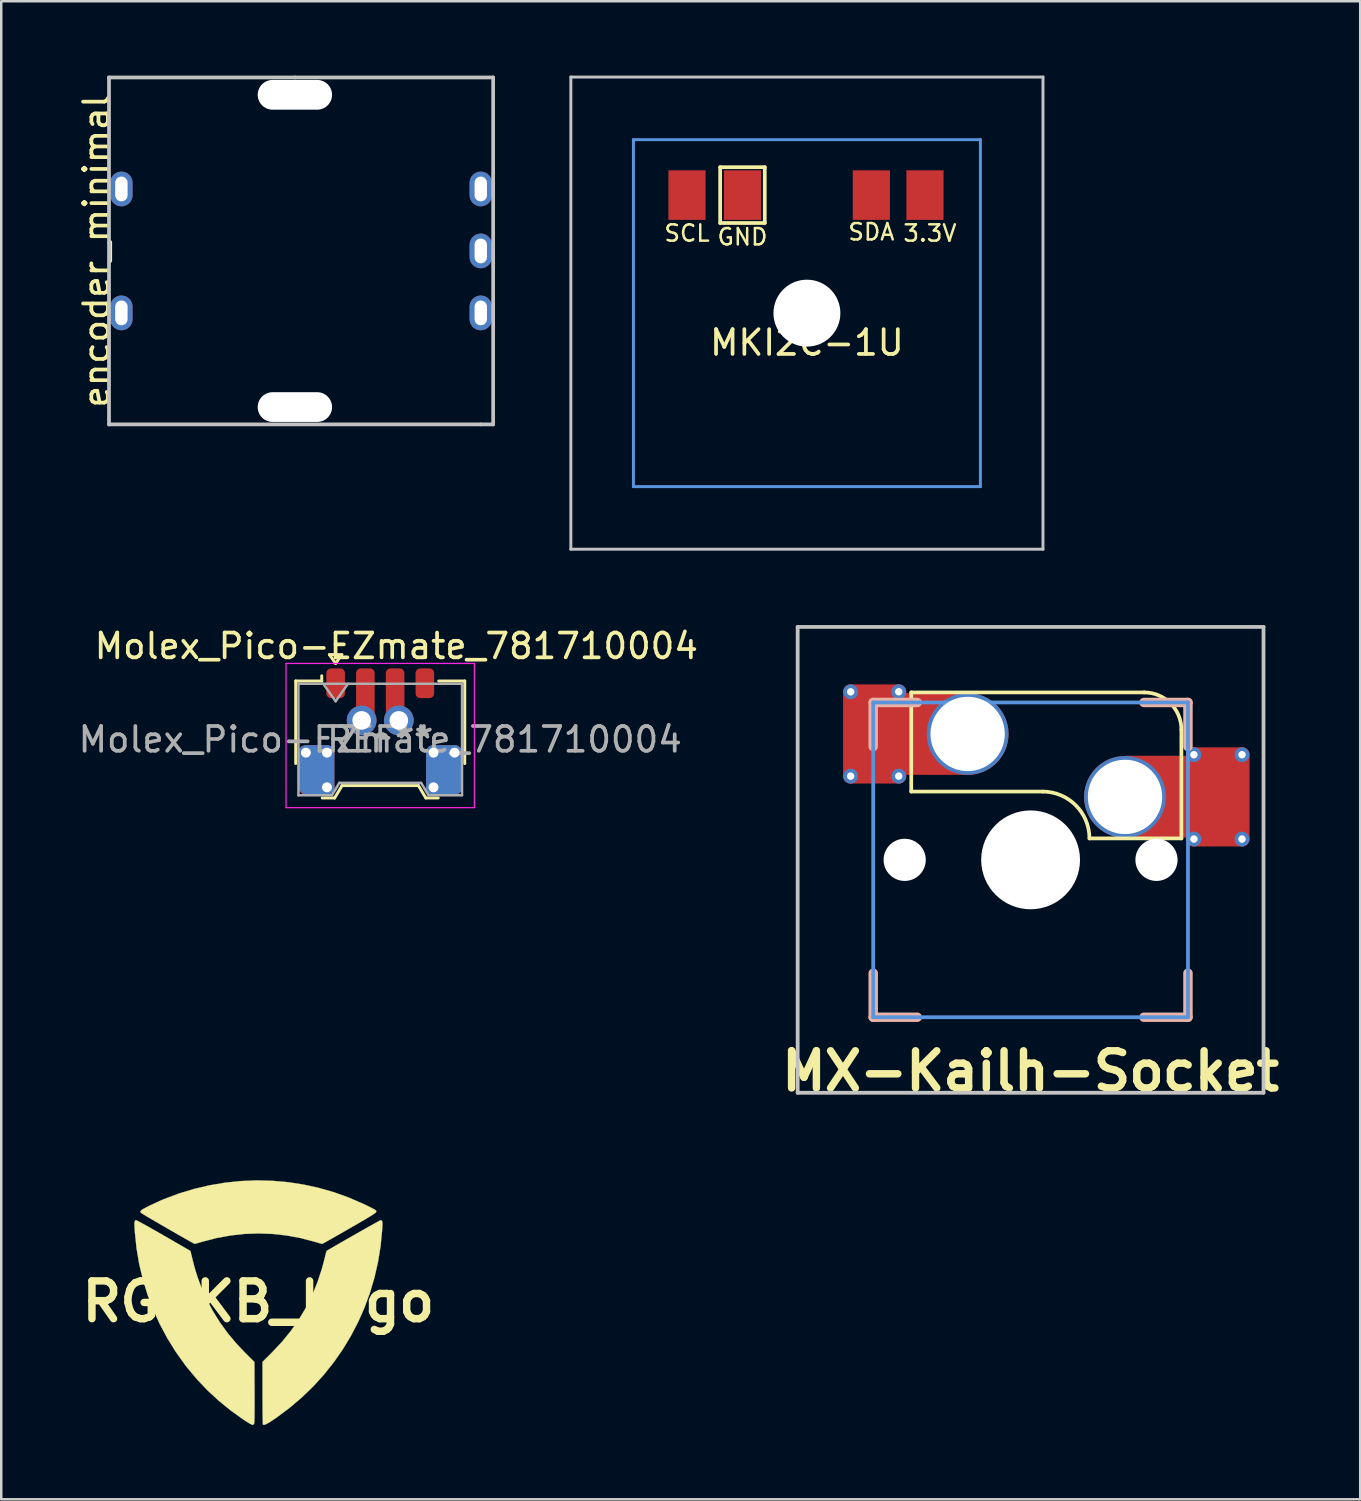
<source format=kicad_pcb>
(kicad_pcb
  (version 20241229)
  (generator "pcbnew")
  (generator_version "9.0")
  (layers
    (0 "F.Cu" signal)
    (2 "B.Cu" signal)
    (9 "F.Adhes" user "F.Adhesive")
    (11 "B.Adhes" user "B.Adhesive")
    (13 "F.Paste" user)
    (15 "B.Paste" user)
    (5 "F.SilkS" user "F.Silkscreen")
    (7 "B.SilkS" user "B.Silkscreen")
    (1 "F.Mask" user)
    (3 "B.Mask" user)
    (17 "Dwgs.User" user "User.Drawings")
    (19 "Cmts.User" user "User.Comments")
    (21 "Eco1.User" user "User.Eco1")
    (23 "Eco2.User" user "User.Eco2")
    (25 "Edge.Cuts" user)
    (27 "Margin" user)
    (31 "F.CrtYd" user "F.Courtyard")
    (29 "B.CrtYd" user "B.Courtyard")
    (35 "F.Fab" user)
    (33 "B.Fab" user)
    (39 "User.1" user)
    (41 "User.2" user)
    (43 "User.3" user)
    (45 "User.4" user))
  (footprint "MKI2C-1U"
    (layer "F.Cu")
    (at 29.508 9.585)
    (property "Reference" "MKI2C-1U" (at 0 1.191 0) (layer "F.SilkS") (effects (font (size 1 1) (thickness 0.15))))
    (fp_line (start -3.5 -5.888) (end -3.5 -3.638) (stroke (width 0.15) (type solid)) (layer "F.SilkS"))
    (fp_line (start -3.5 -5.888) (end -1.7 -5.888) (stroke (width 0.15) (type solid)) (layer "F.SilkS"))
    (fp_line (start -3.5 -3.638) (end -1.7 -3.638) (stroke (width 0.15) (type solid)) (layer "F.SilkS"))
    (fp_line (start -1.7 -5.888) (end -1.7 -3.638) (stroke (width 0.15) (type solid)) (layer "F.SilkS"))
    (fp_line (start -9.525 -9.525) (end 9.525 -9.525) (stroke (width 0.12) (type solid)) (layer "Dwgs.User"))
    (fp_line (start -9.525 9.525) (end -9.525 -9.525) (stroke (width 0.12) (type solid)) (layer "Dwgs.User"))
    (fp_line (start 9.525 -9.525) (end 9.525 9.525) (stroke (width 0.12) (type solid)) (layer "Dwgs.User"))
    (fp_line (start 9.525 9.525) (end -9.525 9.525) (stroke (width 0.12) (type solid)) (layer "Dwgs.User"))
    (fp_line (start -7 -7) (end -7 7) (stroke (width 0.12) (type solid)) (layer "Cmts.User"))
    (fp_line (start -7 -7) (end 7 -7) (stroke (width 0.12) (type solid)) (layer "Cmts.User"))
    (fp_line (start 7 -7) (end 7 7) (stroke (width 0.12) (type solid)) (layer "Cmts.User"))
    (fp_line (start 7 7) (end -7 7) (stroke (width 0.12) (type solid)) (layer "Cmts.User"))
    (fp_text user "SCL" (at -4.838 -3.225 0) (layer "F.SilkS") (effects (font (size 0.66 0.66) (thickness 0.1))))
    (fp_text user "3.3V" (at 4.963 -3.225 0) (layer "F.SilkS") (effects (font (size 0.66 0.66) (thickness 0.1))))
    (fp_text user "GND" (at -2.6 -3.075 0) (layer "F.SilkS") (effects (font (size 0.66 0.66) (thickness 0.1))))
    (fp_text user "SDA" (at 2.6 -3.275 0) (layer "F.SilkS") (effects (font (size 0.66 0.66) (thickness 0.1))))
    (pad "" np_thru_hole circle (at 0 0) (size 2.7 2.7) (drill 2.7) (layers "*.Cu" "*.Mask"))
    (pad "1" smd rect (at -2.6 -4.763) (size 1.5 2) (layers "F.Cu" "F.Mask"))
    (pad "2" smd rect (at 2.6 -4.763) (size 1.5 2) (layers "F.Cu" "F.Mask"))
    (pad "3" smd rect (at -4.838 -4.763) (size 1.5 2) (layers "F.Cu" "F.Mask"))
    (pad "4" smd rect (at 4.763 -4.763) (size 1.5 2) (layers "F.Cu" "F.Mask")))
  (footprint "MX-Kailh-Socket"
    (layer "F.Cu")
    (at 38.533 31.644)
    (property "Reference" "MX-Kailh-Socket" (at 0 8.525 0) (layer "F.SilkS") (effects (font (size 1.5 1.5) (thickness 0.3))))
    (attr smd)
    (fp_line (start -4.815 -6.755) (end 4.585 -6.755) (stroke (width 0.15) (type solid)) (layer "F.SilkS"))
    (fp_line (start -4.815 -2.755) (end -4.815 -6.755) (stroke (width 0.15) (type solid)) (layer "F.SilkS"))
    (fp_line (start 0.485 -2.755) (end -4.815 -2.755) (stroke (width 0.15) (type solid)) (layer "F.SilkS"))
    (fp_line (start 2.375 -0.865) (end 6.085 -0.865) (stroke (width 0.15) (type solid)) (layer "F.SilkS"))
    (fp_line (start 6.085 -5.255) (end 6.085 -0.865) (stroke (width 0.15) (type solid)) (layer "F.SilkS"))
    (fp_arc (start 0.485 -2.755) (mid 1.821432 -2.201432) (end 2.375 -0.865) (stroke (width 0.15) (type solid)) (layer "F.SilkS"))
    (fp_arc (start 4.585 -6.755) (mid 5.64566 -6.31566) (end 6.085 -5.255) (stroke (width 0.15) (type solid)) (layer "F.SilkS"))
    (fp_line (start -6.35 -6.35) (end -4.572 -6.35) (stroke (width 0.381) (type solid)) (layer "B.SilkS"))
    (fp_line (start -6.35 -4.572) (end -6.35 -6.35) (stroke (width 0.381) (type solid)) (layer "B.SilkS"))
    (fp_line (start -6.35 6.35) (end -6.35 4.572) (stroke (width 0.381) (type solid)) (layer "B.SilkS"))
    (fp_line (start -4.572 6.35) (end -6.35 6.35) (stroke (width 0.381) (type solid)) (layer "B.SilkS"))
    (fp_line (start 4.572 -6.35) (end 6.35 -6.35) (stroke (width 0.381) (type solid)) (layer "B.SilkS"))
    (fp_line (start 6.35 -6.35) (end 6.35 -4.572) (stroke (width 0.381) (type solid)) (layer "B.SilkS"))
    (fp_line (start 6.35 4.572) (end 6.35 6.35) (stroke (width 0.381) (type solid)) (layer "B.SilkS"))
    (fp_line (start 6.35 6.35) (end 4.572 6.35) (stroke (width 0.381) (type solid)) (layer "B.SilkS"))
    (fp_line (start -9.398 -9.398) (end 9.398 -9.398) (stroke (width 0.152) (type solid)) (layer "Dwgs.User"))
    (fp_line (start -9.398 9.398) (end -9.398 -9.398) (stroke (width 0.152) (type solid)) (layer "Dwgs.User"))
    (fp_line (start 9.398 -9.398) (end 9.398 9.398) (stroke (width 0.152) (type solid)) (layer "Dwgs.User"))
    (fp_line (start 9.398 9.398) (end -9.398 9.398) (stroke (width 0.152) (type solid)) (layer "Dwgs.User"))
    (fp_line (start -6.35 -6.35) (end 6.35 -6.35) (stroke (width 0.152) (type solid)) (layer "Cmts.User"))
    (fp_line (start -6.35 6.35) (end -6.35 -6.35) (stroke (width 0.152) (type solid)) (layer "Cmts.User"))
    (fp_line (start 6.35 -6.35) (end 6.35 6.35) (stroke (width 0.152) (type solid)) (layer "Cmts.User"))
    (fp_line (start 6.35 6.35) (end -6.35 6.35) (stroke (width 0.152) (type solid)) (layer "Cmts.User"))
    (fp_line (start -6.985 -6.985) (end 6.985 -6.985) (stroke (width 0.152) (type solid)) (layer "Eco2.User"))
    (fp_line (start -6.985 6.985) (end -6.985 -6.985) (stroke (width 0.152) (type solid)) (layer "Eco2.User"))
    (fp_line (start 6.985 -6.985) (end 6.985 6.985) (stroke (width 0.152) (type solid)) (layer "Eco2.User"))
    (fp_line (start 6.985 6.985) (end -6.985 6.985) (stroke (width 0.152) (type solid)) (layer "Eco2.User"))
    (pad "" smd roundrect (at -6.29 -5.08 180) (size 2.55 3) (layers "F.Mask" "F.Paste") (roundrect_rratio 0.25))
    (pad "" np_thru_hole circle (at -5.08 0 180) (size 1.702 1.702) (drill 1.702) (layers "*.Cu" "*.Mask"))
    (pad "" np_thru_hole circle (at 0 0 180) (size 3.988 3.988) (drill 3.988) (layers "*.Cu" "*.Mask"))
    (pad "" np_thru_hole circle (at 5.08 0 180) (size 1.702 1.702) (drill 1.702) (layers "*.Cu" "*.Mask"))
    (pad "" smd roundrect (at 7.56 -2.54 180) (size 2.55 3) (layers "F.Mask" "F.Paste") (roundrect_rratio 0.25))
    (pad "1" thru_hole circle (at 3.81 -2.54 180) (size 3.3 3.3) (drill 3) (layers "*.Cu" "*.Mask"))
    (pad "1" smd rect (at 5.46 -2.55 180) (size 3.3 3.3) (layers "F.Cu"))
    (pad "1" thru_hole circle (at 6.59 -4.242 180) (size 0.6 0.6) (drill 0.3) (layers "*.Cu" "*.Mask"))
    (pad "1" thru_hole circle (at 6.59 -0.84 180) (size 0.6 0.6) (drill 0.3) (layers "*.Cu" "*.Mask"))
    (pad "1" smd roundrect (at 7.56 -2.54 180) (size 2.55 4) (layers "F.Cu") (roundrect_rratio 0.118))
    (pad "1" thru_hole circle (at 8.53 -4.242 180) (size 0.6 0.6) (drill 0.3) (layers "*.Cu" "*.Mask"))
    (pad "1" thru_hole circle (at 8.53 -0.838 180) (size 0.6 0.6) (drill 0.3) (layers "*.Cu" "*.Mask"))
    (pad "2" thru_hole circle (at -7.26 -6.78 180) (size 0.6 0.6) (drill 0.3) (layers "*.Cu" "*.Mask"))
    (pad "2" thru_hole circle (at -7.26 -3.378 180) (size 0.6 0.6) (drill 0.3) (layers "*.Cu" "*.Mask"))
    (pad "2" smd roundrect (at -6.29 -5.08 180) (size 2.55 4) (layers "F.Cu") (roundrect_rratio 0.118))
    (pad "2" thru_hole circle (at -5.32 -6.782 180) (size 0.6 0.6) (drill 0.3) (layers "*.Cu" "*.Mask"))
    (pad "2" thru_hole circle (at -5.32 -3.378 180) (size 0.6 0.6) (drill 0.3) (layers "*.Cu" "*.Mask"))
    (pad "2" smd rect (at -4.19 -5.08 180) (size 3.3 3.3) (layers "F.Cu"))
    (pad "2" thru_hole circle (at -2.54 -5.08 180) (size 3.3 3.3) (drill 3) (layers "*.Cu" "*.Mask")))
  (footprint "RGBKB_Logo"
    (layer "F.Cu")
    (at 7.373 49.467)
    (property "Reference" "RGBKB_Logo" (at 0 0 0) (layer "F.SilkS") (effects (font (size 1.524 1.524) (thickness 0.3))))
    (attr through_hole)
    (fp_poly (pts (xy -4.926 -3.28) (xy -4.9 -3.269) (xy -4.84 -3.239) (xy -4.75 -3.192) (xy -4.634 -3.128) (xy -4.495 -3.051) (xy -4.337 -2.962) (xy -4.162 -2.863) (xy -3.974 -2.756) (xy -3.809 -2.661) (xy -2.74 -2.043) (xy -2.654 -1.693) (xy -2.586 -1.43) (xy -2.519 -1.196) (xy -2.449 -0.98) (xy -2.373 -0.767) (xy -2.327 -0.648) (xy -2.104 -0.133) (xy -1.849 0.357) (xy -1.56 0.825) (xy -1.237 1.273) (xy -0.875 1.704) (xy -0.518 2.08) (xy -0.158 2.437) (xy -0.152 3.65) (xy -0.151 3.932) (xy -0.151 4.181) (xy -0.152 4.398) (xy -0.154 4.578) (xy -0.156 4.723) (xy -0.16 4.829) (xy -0.164 4.895) (xy -0.167 4.919) (xy -0.2 4.964) (xy -0.238 4.974) (xy -0.271 4.963) (xy -0.332 4.931) (xy -0.414 4.883) (xy -0.511 4.822) (xy -0.593 4.768) (xy -1.115 4.394) (xy -1.601 3.998) (xy -2.057 3.577) (xy -2.483 3.127) (xy -2.884 2.647) (xy -2.966 2.54) (xy -3.34 2.015) (xy -3.678 1.467) (xy -3.98 0.901) (xy -4.244 0.317) (xy -4.471 -0.283) (xy -4.659 -0.895) (xy -4.807 -1.519) (xy -4.914 -2.151) (xy -4.981 -2.791) (xy -4.989 -2.916) (xy -4.996 -3.05) (xy -4.997 -3.148) (xy -4.992 -3.214) (xy -4.979 -3.254) (xy -4.959 -3.274) (xy -4.929 -3.28) (xy -4.926 -3.28)) (stroke (width 0.01) (type solid)) (fill yes) (layer "F.SilkS"))
    (fp_poly (pts (xy 4.963 -3.277) (xy 4.986 -3.262) (xy 5 -3.231) (xy 5.007 -3.177) (xy 5.007 -3.096) (xy 5.002 -2.982) (xy 4.996 -2.886) (xy 4.933 -2.235) (xy 4.829 -1.595) (xy 4.686 -0.968) (xy 4.504 -0.355) (xy 4.285 0.242) (xy 4.029 0.822) (xy 3.737 1.383) (xy 3.41 1.924) (xy 3.049 2.443) (xy 2.655 2.939) (xy 2.228 3.411) (xy 1.769 3.856) (xy 1.279 4.274) (xy 0.76 4.663) (xy 0.585 4.782) (xy 0.457 4.866) (xy 0.357 4.924) (xy 0.283 4.96) (xy 0.23 4.974) (xy 0.195 4.968) (xy 0.184 4.96) (xy 0.182 4.937) (xy 0.179 4.875) (xy 0.177 4.779) (xy 0.175 4.651) (xy 0.173 4.496) (xy 0.172 4.317) (xy 0.171 4.118) (xy 0.17 3.903) (xy 0.17 3.689) (xy 0.17 2.432) (xy 0.547 2.057) (xy 0.947 1.632) (xy 1.308 1.19) (xy 1.632 0.729) (xy 1.919 0.249) (xy 2.17 -0.253) (xy 2.385 -0.777) (xy 2.565 -1.324) (xy 2.668 -1.71) (xy 2.695 -1.821) (xy 2.719 -1.916) (xy 2.739 -1.989) (xy 2.751 -2.033) (xy 2.755 -2.041) (xy 2.779 -2.058) (xy 2.835 -2.092) (xy 2.92 -2.142) (xy 3.03 -2.206) (xy 3.16 -2.282) (xy 3.307 -2.367) (xy 3.466 -2.458) (xy 3.635 -2.555) (xy 3.808 -2.653) (xy 3.982 -2.752) (xy 4.152 -2.849) (xy 4.316 -2.942) (xy 4.468 -3.027) (xy 4.606 -3.104) (xy 4.724 -3.17) (xy 4.82 -3.223) (xy 4.888 -3.26) (xy 4.926 -3.279) (xy 4.932 -3.281) (xy 4.963 -3.277)) (stroke (width 0.01) (type solid)) (fill yes) (layer "F.SilkS"))
    (fp_poly (pts (xy 0.556 -4.874) (xy 1.187 -4.819) (xy 1.813 -4.724) (xy 2.433 -4.589) (xy 3.044 -4.414) (xy 3.646 -4.199) (xy 4.237 -3.943) (xy 4.45 -3.84) (xy 4.567 -3.781) (xy 4.65 -3.737) (xy 4.706 -3.705) (xy 4.74 -3.68) (xy 4.756 -3.659) (xy 4.76 -3.639) (xy 4.759 -3.627) (xy 4.755 -3.613) (xy 4.742 -3.596) (xy 4.718 -3.575) (xy 4.68 -3.547) (xy 4.626 -3.511) (xy 4.554 -3.465) (xy 4.459 -3.407) (xy 4.34 -3.336) (xy 4.194 -3.251) (xy 4.018 -3.148) (xy 3.809 -3.027) (xy 3.675 -2.95) (xy 3.48 -2.837) (xy 3.295 -2.731) (xy 3.124 -2.634) (xy 2.97 -2.546) (xy 2.837 -2.471) (xy 2.728 -2.41) (xy 2.645 -2.364) (xy 2.594 -2.337) (xy 2.576 -2.328) (xy 2.549 -2.334) (xy 2.489 -2.35) (xy 2.405 -2.374) (xy 2.304 -2.404) (xy 2.271 -2.414) (xy 1.713 -2.561) (xy 1.149 -2.666) (xy 0.583 -2.729) (xy 0.014 -2.75) (xy -0.556 -2.73) (xy -1.124 -2.667) (xy -1.689 -2.563) (xy -2.251 -2.417) (xy -2.262 -2.414) (xy -2.367 -2.383) (xy -2.457 -2.357) (xy -2.526 -2.338) (xy -2.565 -2.329) (xy -2.569 -2.329) (xy -2.591 -2.339) (xy -2.647 -2.369) (xy -2.732 -2.416) (xy -2.844 -2.479) (xy -2.979 -2.555) (xy -3.134 -2.644) (xy -3.306 -2.742) (xy -3.491 -2.848) (xy -3.64 -2.934) (xy -3.834 -3.046) (xy -4.017 -3.153) (xy -4.187 -3.252) (xy -4.34 -3.342) (xy -4.472 -3.42) (xy -4.58 -3.485) (xy -4.661 -3.534) (xy -4.711 -3.566) (xy -4.727 -3.577) (xy -4.751 -3.606) (xy -4.757 -3.634) (xy -4.742 -3.664) (xy -4.703 -3.698) (xy -4.635 -3.741) (xy -4.536 -3.794) (xy -4.402 -3.861) (xy -4.386 -3.869) (xy -4.255 -3.932) (xy -4.119 -3.995) (xy -3.99 -4.055) (xy -3.879 -4.104) (xy -3.82 -4.129) (xy -3.212 -4.357) (xy -2.595 -4.544) (xy -1.971 -4.691) (xy -1.342 -4.797) (xy -0.71 -4.863) (xy -0.077 -4.889) (xy 0.556 -4.874)) (stroke (width 0.01) (type solid)) (fill yes) (layer "F.SilkS")))
  (footprint "Molex_Pico-EZmate_781710004"
    (layer "F.Cu")
    (at 12.292 26.518)
    (property "Reference" "Molex_Pico-EZmate_781710004" (at 0.65 -3.5 0) (layer "F.SilkS") (effects (font (size 1 1) (thickness 0.15))))
    (attr smd)
    (fp_line (start -3.41 -2.09) (end -2.36 -2.09) (stroke (width 0.12) (type solid)) (layer "F.SilkS"))
    (fp_line (start -3.41 1.24) (end -3.41 -2.09) (stroke (width 0.12) (type solid)) (layer "F.SilkS"))
    (fp_line (start -2.36 -2.09) (end -2.36 -2.3) (stroke (width 0.12) (type solid)) (layer "F.SilkS"))
    (fp_line (start -2.34 2.63) (end -1.84 2.63) (stroke (width 0.12) (type solid)) (layer "F.SilkS"))
    (fp_line (start -2.05 -3.154) (end -1.8 -2.8) (stroke (width 0.12) (type solid)) (layer "F.SilkS"))
    (fp_line (start -1.84 2.63) (end -1.54 2.13) (stroke (width 0.12) (type solid)) (layer "F.SilkS"))
    (fp_line (start -1.8 -2.8) (end -1.55 -3.154) (stroke (width 0.12) (type solid)) (layer "F.SilkS"))
    (fp_line (start -1.55 -3.154) (end -2.05 -3.154) (stroke (width 0.12) (type solid)) (layer "F.SilkS"))
    (fp_line (start -1.54 2.13) (end 1.54 2.13) (stroke (width 0.12) (type solid)) (layer "F.SilkS"))
    (fp_line (start 1.54 2.13) (end 1.84 2.63) (stroke (width 0.12) (type solid)) (layer "F.SilkS"))
    (fp_line (start 1.84 2.63) (end 2.34 2.63) (stroke (width 0.12) (type solid)) (layer "F.SilkS"))
    (fp_line (start 3.41 -2.09) (end 2.36 -2.09) (stroke (width 0.12) (type solid)) (layer "F.SilkS"))
    (fp_line (start 3.41 1.24) (end 3.41 -2.09) (stroke (width 0.12) (type solid)) (layer "F.SilkS"))
    (fp_line (start -3.8 -2.8) (end -3.8 3.02) (stroke (width 0.05) (type solid)) (layer "F.CrtYd"))
    (fp_line (start -3.8 3.02) (end 3.8 3.02) (stroke (width 0.05) (type solid)) (layer "F.CrtYd"))
    (fp_line (start 3.8 -2.8) (end -3.8 -2.8) (stroke (width 0.05) (type solid)) (layer "F.CrtYd"))
    (fp_line (start 3.8 3.02) (end 3.8 -2.8) (stroke (width 0.05) (type solid)) (layer "F.CrtYd"))
    (fp_line (start -3.3 -1.98) (end -3.3 2.52) (stroke (width 0.1) (type solid)) (layer "F.Fab"))
    (fp_line (start -3.3 -1.98) (end 3.3 -1.98) (stroke (width 0.1) (type solid)) (layer "F.Fab"))
    (fp_line (start -3.3 2.52) (end -1.95 2.52) (stroke (width 0.1) (type solid)) (layer "F.Fab"))
    (fp_line (start -2.3 -1.98) (end -1.8 -1.273) (stroke (width 0.1) (type solid)) (layer "F.Fab"))
    (fp_line (start -1.95 2.52) (end -1.65 2.02) (stroke (width 0.1) (type solid)) (layer "F.Fab"))
    (fp_line (start -1.8 -1.273) (end -1.3 -1.98) (stroke (width 0.1) (type solid)) (layer "F.Fab"))
    (fp_line (start -1.65 2.02) (end 1.65 2.02) (stroke (width 0.1) (type solid)) (layer "F.Fab"))
    (fp_line (start 1.65 2.02) (end 1.95 2.52) (stroke (width 0.1) (type solid)) (layer "F.Fab"))
    (fp_line (start 1.95 2.52) (end 3.3 2.52) (stroke (width 0.1) (type solid)) (layer "F.Fab"))
    (fp_line (start 3.3 -1.98) (end 3.3 2.52) (stroke (width 0.1) (type solid)) (layer "F.Fab"))
    (fp_text user "REF**" (at 0 0.27 0) (layer "F.Fab") (effects (font (size 1 1) (thickness 0.15))))
    (fp_text user "${REFERENCE}" (at 0 0.27 0) (layer "F.Fab") (effects (font (size 1 1) (thickness 0.15))))
    (pad "" smd roundrect (at -2.95 2 180) (size 0.7 1) (layers "F.Mask" "F.Paste") (roundrect_rratio 0.25))
    (pad "" smd roundrect (at 2.95 2 180) (size 0.7 1) (layers "F.Mask" "F.Paste") (roundrect_rratio 0.25))
    (pad "1" smd roundrect (at -1.8 -2 180) (size 0.75 1.2) (layers "F.Cu" "F.Mask" "F.Paste") (roundrect_rratio 0.25))
    (pad "2" thru_hole circle (at -0.75 -0.5 180) (size 1.2 1.2) (drill 0.75) (layers "*.Cu" "*.Mask" "F.Paste"))
    (pad "2" smd roundrect (at -0.6 -1.6 180) (size 0.75 2) (layers "F.Cu" "F.Mask" "F.Paste") (roundrect_rratio 0.25))
    (pad "3" smd roundrect (at 0.6 -1.6 180) (size 0.75 2) (layers "F.Cu" "F.Mask" "F.Paste") (roundrect_rratio 0.25))
    (pad "3" thru_hole circle (at 0.75 -0.5 180) (size 1.2 1.2) (drill 0.75) (layers "*.Cu" "*.Mask" "F.Paste"))
    (pad "4" smd roundrect (at 1.8 -2 180) (size 0.75 1.2) (layers "F.Cu" "F.Mask" "F.Paste") (roundrect_rratio 0.25))
    (pad "MP" thru_hole circle (at -3 0.8 180) (size 0.6 0.6) (drill 0.4) (layers "*.Cu"))
    (pad "MP" smd roundrect (at -2.575 1.5 180) (size 1.45 2) (layers "F.Cu") (roundrect_rratio 0.207))
    (pad "MP" smd roundrect (at -2.575 1.5 180) (size 1.45 2) (layers "B.Cu") (roundrect_rratio 0.25))
    (pad "MP" thru_hole circle (at -2.15 0.8 180) (size 0.6 0.6) (drill 0.4) (layers "*.Cu"))
    (pad "MP" thru_hole circle (at -2.15 2.2 180) (size 0.6 0.6) (drill 0.4) (layers "*.Cu"))
    (pad "MP" thru_hole circle (at 2.15 0.8 180) (size 0.6 0.6) (drill 0.4) (layers "*.Cu"))
    (pad "MP" thru_hole circle (at 2.15 2.2 180) (size 0.6 0.6) (drill 0.4) (layers "*.Cu"))
    (pad "MP" smd roundrect (at 2.575 1.5 180) (size 1.45 2) (layers "F.Cu") (roundrect_rratio 0.207))
    (pad "MP" smd roundrect (at 2.575 1.5 180) (size 1.45 2) (layers "B.Cu") (roundrect_rratio 0.207))
    (pad "MP" thru_hole circle (at 3 0.8 180) (size 0.6 0.6) (drill 0.4) (layers "*.Cu")))
  (footprint "encoder_minimal"
    (layer "F.Cu")
    (at 8.848 7.075)
    (property "Reference" "encoder_minimal" (at -8 0 90) (layer "F.SilkS") (effects (font (size 1 1) (thickness 0.15))))
    (attr through_hole)
    (fp_line (start -7.5 -7) (end -7.5 7) (stroke (width 0.15) (type solid)) (layer "Dwgs.User"))
    (fp_line (start -7.5 7) (end 7.5 7) (stroke (width 0.15) (type solid)) (layer "Dwgs.User"))
    (fp_line (start 0 -7) (end -7.5 -7) (stroke (width 0.15) (type solid)) (layer "Dwgs.User"))
    (fp_line (start 7.5 7) (end 8 7) (stroke (width 0.15) (type solid)) (layer "Dwgs.User"))
    (fp_line (start 8 -7) (end 0 -7) (stroke (width 0.15) (type solid)) (layer "Dwgs.User"))
    (fp_line (start 8 7) (end 8 -7) (stroke (width 0.15) (type solid)) (layer "Dwgs.User"))
    (pad "" np_thru_hole oval (at 0 -6.3 180) (size 3 1.2) (drill oval 3 1.2) (layers "*.Cu" "*.Mask"))
    (pad "" np_thru_hole oval (at 0 6.3 180) (size 3 1.2) (drill oval 3 1.2) (layers "*.Cu" "*.Mask"))
    (pad "1" thru_hole oval (at 7.5 2.5 180) (size 0.9 1.4) (drill oval 0.5 1) (layers "*.Cu" "*.Mask"))
    (pad "2" thru_hole oval (at 7.5 -2.5 180) (size 0.9 1.4) (drill oval 0.5 1) (layers "*.Cu" "*.Mask"))
    (pad "3" thru_hole oval (at 7.5 0 180) (size 0.9 1.4) (drill oval 0.5 1) (layers "*.Cu" "*.Mask"))
    (pad "4" thru_hole oval (at -7 -2.5 180) (size 0.9 1.4) (drill oval 0.5 1) (layers "*.Cu" "*.Mask"))
    (pad "5" thru_hole oval (at -7 2.5 180) (size 0.9 1.4) (drill oval 0.5 1) (layers "*.Cu" "*.Mask")))
  (gr_rect
    (start -3 -3)
    (end 51.833 57.446)
    (stroke (width 0.1) (type default))
    (fill no)
    (layer "Edge.Cuts")))
</source>
